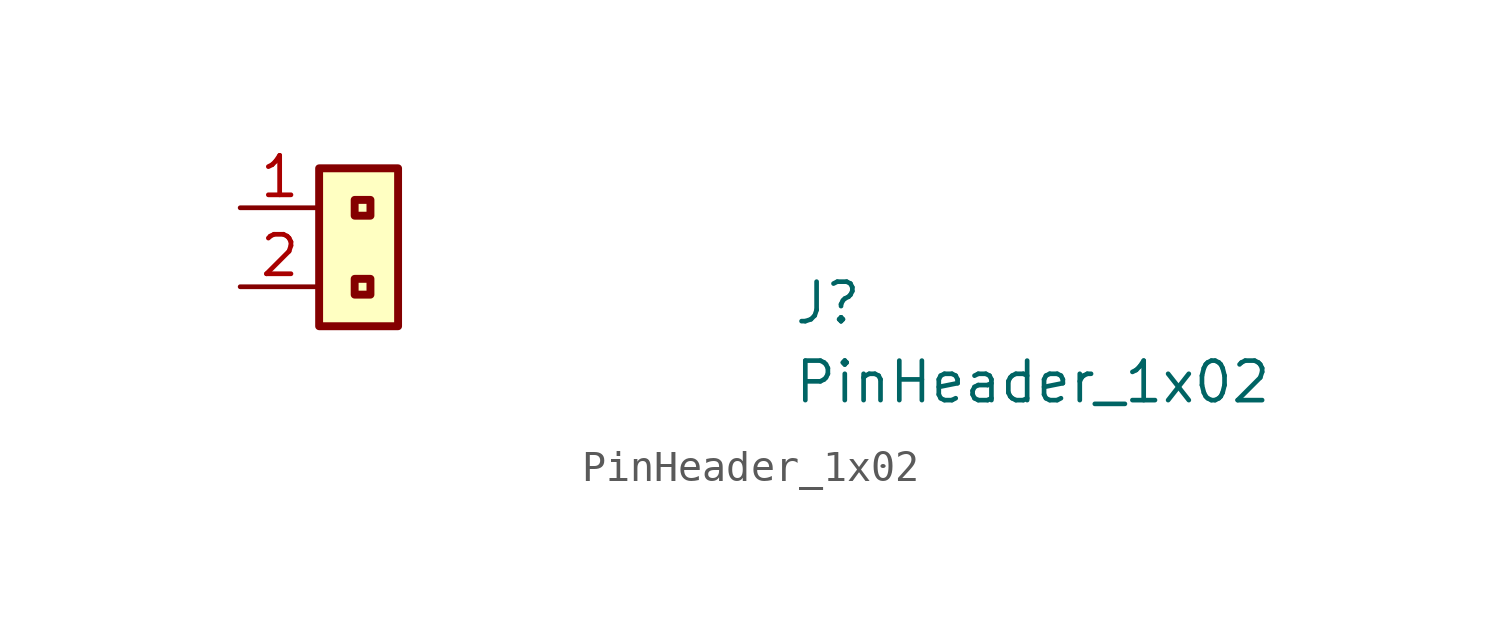
<source format=kicad_sym>
(kicad_symbol_lib
  (version 20211014)
  (generator kicad_symbol_editor)
  (symbol "PinHeader_1x02"
    (property "Reference" "J"
      (at 17.78 -3.81 0)
      (effects (font (size 1.27 1.27) (thickness 0.15)) (justify left bottom)))
    (property "Value" "PinHeader_1x02"
      (at 17.78 -6.35 0)
      (effects (font (size 1.27 1.27) (thickness 0.15)) (justify left bottom)))
    (symbol "PinHeader_1x02_1_1"
      (rectangle (start 2.54 -3.81) (end 5.08 1.27) (stroke (width 0.254) (type default) (color 0 0 0 0)) (fill (type background)))
      (rectangle (start 4.191 -2.794) (end 3.683 -2.286) (stroke (width 0.254) (type default) (color 0 0 0 0)) (fill (type background)))
      (rectangle (start 4.191 -0.254) (end 3.683 0.254) (stroke (width 0.254) (type default) (color 0 0 0 0)) (fill (type background)))
      (pin passive line (at 0 0 0) (length 2.54) (name "~" (effects (font (size 1.27 1.27)))) (number "1" (effects (font (size 1.27 1.27)))))
      (pin passive line (at 0 -2.54 0) (length 2.54) (name "~" (effects (font (size 1.27 1.27)))) (number "2" (effects (font (size 1.27 1.27))))))))
</source>
